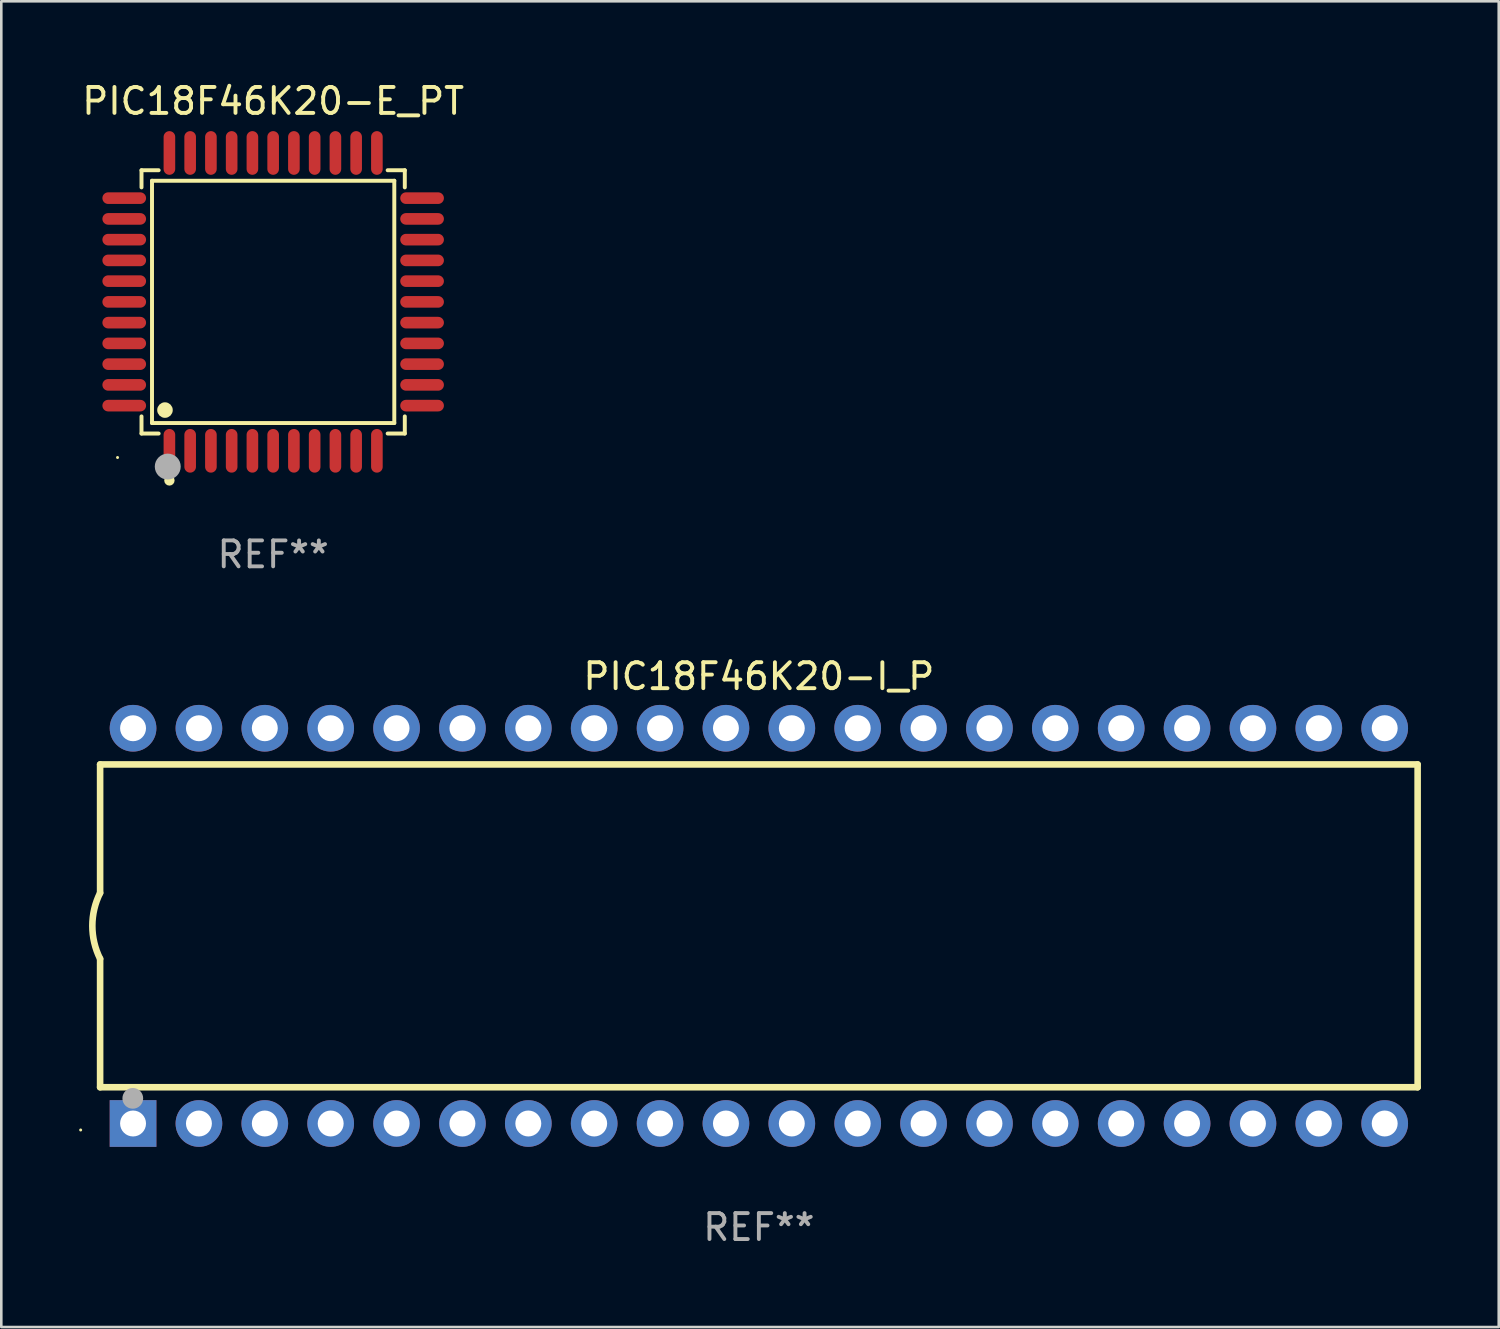
<source format=kicad_pcb>
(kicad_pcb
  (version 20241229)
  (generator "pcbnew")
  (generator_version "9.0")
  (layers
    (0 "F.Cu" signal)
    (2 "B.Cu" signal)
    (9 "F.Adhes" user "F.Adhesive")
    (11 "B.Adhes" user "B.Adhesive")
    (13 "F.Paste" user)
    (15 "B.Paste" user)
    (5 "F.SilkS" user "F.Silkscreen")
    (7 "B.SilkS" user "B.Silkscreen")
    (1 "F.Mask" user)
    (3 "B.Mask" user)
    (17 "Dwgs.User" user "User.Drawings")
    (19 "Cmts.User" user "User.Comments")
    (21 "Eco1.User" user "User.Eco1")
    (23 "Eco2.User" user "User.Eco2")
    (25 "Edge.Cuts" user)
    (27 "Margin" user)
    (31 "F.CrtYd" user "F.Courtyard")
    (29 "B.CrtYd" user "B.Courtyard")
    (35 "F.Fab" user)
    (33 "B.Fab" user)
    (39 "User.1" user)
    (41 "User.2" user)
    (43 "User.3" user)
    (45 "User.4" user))
  (footprint "PIC18F46K20-E_PT"
    (layer "F.Cu")
    (at 7.482 8.59)
    (property "Reference" "PIC18F46K20-E_PT" (at 0 -7.742 0) (layer "F.SilkS") (effects (font (size 1 1) (thickness 0.15))))
    (attr through_hole)
    (fp_line (start -5.076 -5.076) (end -4.415 -5.076) (stroke (width 0.152) (type solid)) (layer "F.SilkS"))
    (fp_line (start -5.076 -4.415) (end -5.076 -5.076) (stroke (width 0.152) (type solid)) (layer "F.SilkS"))
    (fp_line (start -5.076 4.415) (end -5.076 5.076) (stroke (width 0.152) (type solid)) (layer "F.SilkS"))
    (fp_line (start -5.076 5.076) (end -4.415 5.076) (stroke (width 0.152) (type solid)) (layer "F.SilkS"))
    (fp_line (start -4.671 -4.671) (end 4.671 -4.671) (stroke (width 0.152) (type solid)) (layer "F.SilkS"))
    (fp_line (start -4.671 4.671) (end -4.671 -4.671) (stroke (width 0.152) (type solid)) (layer "F.SilkS"))
    (fp_line (start 4.671 -4.671) (end 4.671 4.671) (stroke (width 0.152) (type solid)) (layer "F.SilkS"))
    (fp_line (start 4.671 4.671) (end -4.671 4.671) (stroke (width 0.152) (type solid)) (layer "F.SilkS"))
    (fp_line (start 5.076 -5.076) (end 4.415 -5.076) (stroke (width 0.152) (type solid)) (layer "F.SilkS"))
    (fp_line (start 5.076 -4.415) (end 5.076 -5.076) (stroke (width 0.152) (type solid)) (layer "F.SilkS"))
    (fp_line (start 5.076 4.415) (end 5.076 5.076) (stroke (width 0.152) (type solid)) (layer "F.SilkS"))
    (fp_line (start 5.076 5.076) (end 4.415 5.076) (stroke (width 0.152) (type solid)) (layer "F.SilkS"))
    (fp_circle (center -6 6) (end -5.97 6) (stroke (width 0.06) (type solid)) (fill no) (layer "F.SilkS"))
    (fp_circle (center -4.171 4.171) (end -4.021 4.171) (stroke (width 0.3) (type solid)) (fill no) (layer "F.SilkS"))
    (fp_circle (center -4 6.884) (end -3.9 6.884) (stroke (width 0.2) (type solid)) (fill no) (layer "F.SilkS"))
    (fp_circle (center -4.064 6.35) (end -3.814 6.35) (stroke (width 0.5) (type solid)) (fill no) (layer "F.Fab"))
    (fp_text user "REF**" (at 0 9.742 0) (layer "F.Fab") (effects (font (size 1 1) (thickness 0.15))))
    (pad "1" smd oval (at -4 5.742) (size 0.448 1.684) (layers "F.Cu" "F.Mask" "F.Paste"))
    (pad "2" smd oval (at -3.2 5.742) (size 0.448 1.684) (layers "F.Cu" "F.Mask" "F.Paste"))
    (pad "3" smd oval (at -2.4 5.742) (size 0.448 1.684) (layers "F.Cu" "F.Mask" "F.Paste"))
    (pad "4" smd oval (at -1.6 5.742) (size 0.448 1.684) (layers "F.Cu" "F.Mask" "F.Paste"))
    (pad "5" smd oval (at -0.8 5.742) (size 0.448 1.684) (layers "F.Cu" "F.Mask" "F.Paste"))
    (pad "6" smd oval (at 0 5.742) (size 0.448 1.684) (layers "F.Cu" "F.Mask" "F.Paste"))
    (pad "7" smd oval (at 0.8 5.742) (size 0.448 1.684) (layers "F.Cu" "F.Mask" "F.Paste"))
    (pad "8" smd oval (at 1.6 5.742) (size 0.448 1.684) (layers "F.Cu" "F.Mask" "F.Paste"))
    (pad "9" smd oval (at 2.4 5.742) (size 0.448 1.684) (layers "F.Cu" "F.Mask" "F.Paste"))
    (pad "10" smd oval (at 3.2 5.742) (size 0.448 1.684) (layers "F.Cu" "F.Mask" "F.Paste"))
    (pad "11" smd oval (at 4 5.742) (size 0.448 1.684) (layers "F.Cu" "F.Mask" "F.Paste"))
    (pad "12" smd oval (at 5.742 4) (size 1.684 0.448) (layers "F.Cu" "F.Mask" "F.Paste"))
    (pad "13" smd oval (at 5.742 3.2) (size 1.684 0.448) (layers "F.Cu" "F.Mask" "F.Paste"))
    (pad "14" smd oval (at 5.742 2.4) (size 1.684 0.448) (layers "F.Cu" "F.Mask" "F.Paste"))
    (pad "15" smd oval (at 5.742 1.6) (size 1.684 0.448) (layers "F.Cu" "F.Mask" "F.Paste"))
    (pad "16" smd oval (at 5.742 0.8) (size 1.684 0.448) (layers "F.Cu" "F.Mask" "F.Paste"))
    (pad "17" smd oval (at 5.742 0) (size 1.684 0.448) (layers "F.Cu" "F.Mask" "F.Paste"))
    (pad "18" smd oval (at 5.742 -0.8) (size 1.684 0.448) (layers "F.Cu" "F.Mask" "F.Paste"))
    (pad "19" smd oval (at 5.742 -1.6) (size 1.684 0.448) (layers "F.Cu" "F.Mask" "F.Paste"))
    (pad "20" smd oval (at 5.742 -2.4) (size 1.684 0.448) (layers "F.Cu" "F.Mask" "F.Paste"))
    (pad "21" smd oval (at 5.742 -3.2) (size 1.684 0.448) (layers "F.Cu" "F.Mask" "F.Paste"))
    (pad "22" smd oval (at 5.742 -4) (size 1.684 0.448) (layers "F.Cu" "F.Mask" "F.Paste"))
    (pad "23" smd oval (at 4 -5.742) (size 0.448 1.684) (layers "F.Cu" "F.Mask" "F.Paste"))
    (pad "24" smd oval (at 3.2 -5.742) (size 0.448 1.684) (layers "F.Cu" "F.Mask" "F.Paste"))
    (pad "25" smd oval (at 2.4 -5.742) (size 0.448 1.684) (layers "F.Cu" "F.Mask" "F.Paste"))
    (pad "26" smd oval (at 1.6 -5.742) (size 0.448 1.684) (layers "F.Cu" "F.Mask" "F.Paste"))
    (pad "27" smd oval (at 0.8 -5.742) (size 0.448 1.684) (layers "F.Cu" "F.Mask" "F.Paste"))
    (pad "28" smd oval (at 0 -5.742) (size 0.448 1.684) (layers "F.Cu" "F.Mask" "F.Paste"))
    (pad "29" smd oval (at -0.8 -5.742) (size 0.448 1.684) (layers "F.Cu" "F.Mask" "F.Paste"))
    (pad "30" smd oval (at -1.6 -5.742) (size 0.448 1.684) (layers "F.Cu" "F.Mask" "F.Paste"))
    (pad "31" smd oval (at -2.4 -5.742) (size 0.448 1.684) (layers "F.Cu" "F.Mask" "F.Paste"))
    (pad "32" smd oval (at -3.2 -5.742) (size 0.448 1.684) (layers "F.Cu" "F.Mask" "F.Paste"))
    (pad "33" smd oval (at -4 -5.742) (size 0.448 1.684) (layers "F.Cu" "F.Mask" "F.Paste"))
    (pad "34" smd oval (at -5.742 -4) (size 1.684 0.448) (layers "F.Cu" "F.Mask" "F.Paste"))
    (pad "35" smd oval (at -5.742 -3.2) (size 1.684 0.448) (layers "F.Cu" "F.Mask" "F.Paste"))
    (pad "36" smd oval (at -5.742 -2.4) (size 1.684 0.448) (layers "F.Cu" "F.Mask" "F.Paste"))
    (pad "37" smd oval (at -5.742 -1.6) (size 1.684 0.448) (layers "F.Cu" "F.Mask" "F.Paste"))
    (pad "38" smd oval (at -5.742 -0.8) (size 1.684 0.448) (layers "F.Cu" "F.Mask" "F.Paste"))
    (pad "39" smd oval (at -5.742 0) (size 1.684 0.448) (layers "F.Cu" "F.Mask" "F.Paste"))
    (pad "40" smd oval (at -5.742 0.8) (size 1.684 0.448) (layers "F.Cu" "F.Mask" "F.Paste"))
    (pad "41" smd oval (at -5.742 1.6) (size 1.684 0.448) (layers "F.Cu" "F.Mask" "F.Paste"))
    (pad "42" smd oval (at -5.742 2.4) (size 1.684 0.448) (layers "F.Cu" "F.Mask" "F.Paste"))
    (pad "43" smd oval (at -5.742 3.2) (size 1.684 0.448) (layers "F.Cu" "F.Mask" "F.Paste"))
    (pad "44" smd oval (at -5.742 4) (size 1.684 0.448) (layers "F.Cu" "F.Mask" "F.Paste")))
  (footprint "PIC18F46K20-I_P"
    (layer "F.Cu")
    (at 26.21 32.649)
    (property "Reference" "PIC18F46K20-I_P" (at 0 -9.62 0) (layer "F.SilkS") (effects (font (size 1 1) (thickness 0.15))))
    (attr through_hole)
    (fp_line (start -25.4 -6.224) (end -25.4 -1.271) (stroke (width 0.254) (type solid)) (layer "F.SilkS"))
    (fp_line (start -25.4 -6.224) (end 25.4 -6.224) (stroke (width 0.254) (type solid)) (layer "F.SilkS"))
    (fp_line (start -25.4 1.269) (end -25.4 6.222) (stroke (width 0.254) (type solid)) (layer "F.SilkS"))
    (fp_line (start -25.4 6.222) (end 25.4 6.222) (stroke (width 0.254) (type solid)) (layer "F.SilkS"))
    (fp_line (start 25.4 6.222) (end 25.4 -6.224) (stroke (width 0.254) (type solid)) (layer "F.SilkS"))
    (fp_arc (start -25.4 1.269241) (mid -25.699807 -0.000762) (end -25.4 -1.270765) (stroke (width 0.254001) (type solid)) (layer "F.SilkS"))
    (fp_circle (center -26.15 7.87) (end -26.12 7.87) (stroke (width 0.06) (type solid)) (fill no) (layer "F.SilkS"))
    (fp_circle (center -24.14 6.65) (end -23.94 6.65) (stroke (width 0.4) (type solid)) (fill no) (layer "F.Fab"))
    (fp_text user "REF**" (at 0 11.62 0) (layer "F.Fab") (effects (font (size 1 1) (thickness 0.15))))
    (pad "1" thru_hole rect (at -24.13 7.62 90) (size 1.8 1.8) (drill 1) (layers "*.Cu" "*.Mask"))
    (pad "2" thru_hole circle (at -21.59 7.62) (size 1.8 1.8) (drill 1) (layers "*.Cu" "*.Mask"))
    (pad "3" thru_hole circle (at -19.05 7.62) (size 1.8 1.8) (drill 1) (layers "*.Cu" "*.Mask"))
    (pad "4" thru_hole circle (at -16.51 7.62) (size 1.8 1.8) (drill 1) (layers "*.Cu" "*.Mask"))
    (pad "5" thru_hole circle (at -13.97 7.62) (size 1.8 1.8) (drill 1) (layers "*.Cu" "*.Mask"))
    (pad "6" thru_hole circle (at -11.43 7.62) (size 1.8 1.8) (drill 1) (layers "*.Cu" "*.Mask"))
    (pad "7" thru_hole circle (at -8.89 7.62) (size 1.8 1.8) (drill 1) (layers "*.Cu" "*.Mask"))
    (pad "8" thru_hole circle (at -6.35 7.62) (size 1.8 1.8) (drill 1) (layers "*.Cu" "*.Mask"))
    (pad "9" thru_hole circle (at -3.81 7.62) (size 1.8 1.8) (drill 1) (layers "*.Cu" "*.Mask"))
    (pad "10" thru_hole circle (at -1.27 7.62) (size 1.8 1.8) (drill 1) (layers "*.Cu" "*.Mask"))
    (pad "11" thru_hole circle (at 1.27 7.62) (size 1.8 1.8) (drill 1) (layers "*.Cu" "*.Mask"))
    (pad "12" thru_hole circle (at 3.81 7.62) (size 1.8 1.8) (drill 1) (layers "*.Cu" "*.Mask"))
    (pad "13" thru_hole circle (at 6.35 7.62) (size 1.8 1.8) (drill 1) (layers "*.Cu" "*.Mask"))
    (pad "14" thru_hole circle (at 8.89 7.62) (size 1.8 1.8) (drill 1) (layers "*.Cu" "*.Mask"))
    (pad "15" thru_hole circle (at 11.43 7.62) (size 1.8 1.8) (drill 1) (layers "*.Cu" "*.Mask"))
    (pad "16" thru_hole circle (at 13.97 7.62) (size 1.8 1.8) (drill 1) (layers "*.Cu" "*.Mask"))
    (pad "17" thru_hole circle (at 16.51 7.62) (size 1.8 1.8) (drill 1) (layers "*.Cu" "*.Mask"))
    (pad "18" thru_hole circle (at 19.05 7.62) (size 1.8 1.8) (drill 1) (layers "*.Cu" "*.Mask"))
    (pad "19" thru_hole circle (at 21.59 7.62) (size 1.8 1.8) (drill 1) (layers "*.Cu" "*.Mask"))
    (pad "20" thru_hole circle (at 24.13 7.62) (size 1.8 1.8) (drill 1) (layers "*.Cu" "*.Mask"))
    (pad "21" thru_hole circle (at 24.13 -7.62) (size 1.8 1.8) (drill 1) (layers "*.Cu" "*.Mask"))
    (pad "22" thru_hole circle (at 21.59 -7.62) (size 1.8 1.8) (drill 1) (layers "*.Cu" "*.Mask"))
    (pad "23" thru_hole circle (at 19.05 -7.62) (size 1.8 1.8) (drill 1) (layers "*.Cu" "*.Mask"))
    (pad "24" thru_hole circle (at 16.51 -7.62) (size 1.8 1.8) (drill 1) (layers "*.Cu" "*.Mask"))
    (pad "25" thru_hole circle (at 13.97 -7.62) (size 1.8 1.8) (drill 1) (layers "*.Cu" "*.Mask"))
    (pad "26" thru_hole circle (at 11.43 -7.62) (size 1.8 1.8) (drill 1) (layers "*.Cu" "*.Mask"))
    (pad "27" thru_hole circle (at 8.89 -7.62) (size 1.8 1.8) (drill 1) (layers "*.Cu" "*.Mask"))
    (pad "28" thru_hole circle (at 6.35 -7.62) (size 1.8 1.8) (drill 1) (layers "*.Cu" "*.Mask"))
    (pad "29" thru_hole circle (at 3.81 -7.62) (size 1.8 1.8) (drill 1) (layers "*.Cu" "*.Mask"))
    (pad "30" thru_hole circle (at 1.27 -7.62) (size 1.8 1.8) (drill 1) (layers "*.Cu" "*.Mask"))
    (pad "31" thru_hole circle (at -1.27 -7.62) (size 1.8 1.8) (drill 1) (layers "*.Cu" "*.Mask"))
    (pad "32" thru_hole circle (at -3.81 -7.62) (size 1.8 1.8) (drill 1) (layers "*.Cu" "*.Mask"))
    (pad "33" thru_hole circle (at -6.35 -7.62) (size 1.8 1.8) (drill 1) (layers "*.Cu" "*.Mask"))
    (pad "34" thru_hole circle (at -8.89 -7.62) (size 1.8 1.8) (drill 1) (layers "*.Cu" "*.Mask"))
    (pad "35" thru_hole circle (at -11.43 -7.62) (size 1.8 1.8) (drill 1) (layers "*.Cu" "*.Mask"))
    (pad "36" thru_hole circle (at -13.97 -7.62) (size 1.8 1.8) (drill 1) (layers "*.Cu" "*.Mask"))
    (pad "37" thru_hole circle (at -16.51 -7.62) (size 1.8 1.8) (drill 1) (layers "*.Cu" "*.Mask"))
    (pad "38" thru_hole circle (at -19.05 -7.62) (size 1.8 1.8) (drill 1) (layers "*.Cu" "*.Mask"))
    (pad "39" thru_hole circle (at -21.59 -7.62) (size 1.8 1.8) (drill 1) (layers "*.Cu" "*.Mask"))
    (pad "40" thru_hole circle (at -24.13 -7.62) (size 1.8 1.8) (drill 1) (layers "*.Cu" "*.Mask")))
  (gr_rect
    (start -3 -3)
    (end 54.737 48.117)
    (stroke (width 0.1) (type default))
    (fill no)
    (layer "Edge.Cuts")))
</source>
